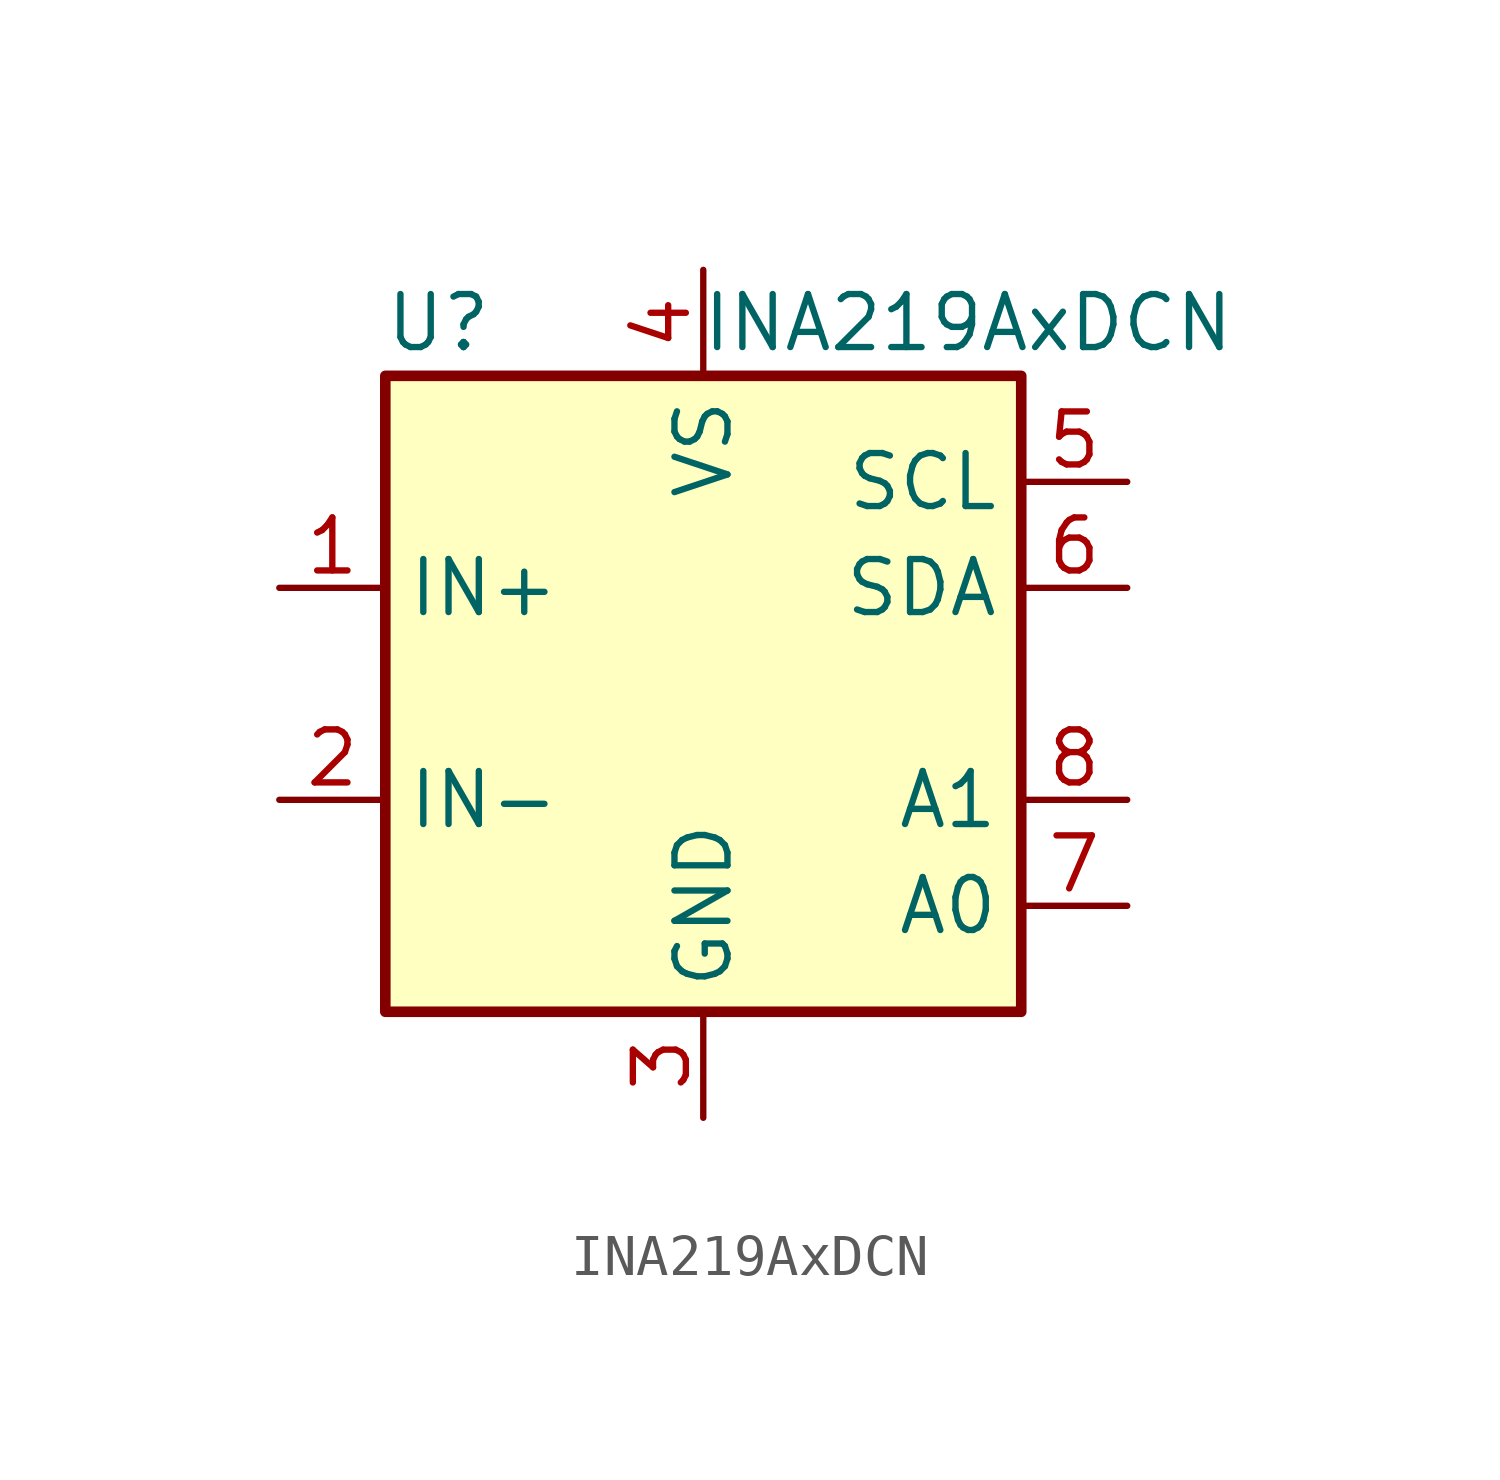
<source format=kicad_sym>
(kicad_symbol_lib
  (version 20220914)
  (generator kicad_symbol_editor)
  (symbol "INA219AxDCN"
    (property "Reference" "U"
      (at -6.35 8.89 0)
      (effects (font (size 1.27 1.27))))
    (property "Value" "INA219AxDCN"
      (at 6.35 8.89 0)
      (effects (font (size 1.27 1.27))))
    (symbol "INA219AxDCN_0_1"
      (rectangle (start -7.62 7.62) (end 7.62 -7.62) (stroke (width 0.254) (type default)) (fill (type background))))
    (symbol "INA219AxDCN_1_1"
      (pin input line (at -10.16 2.54 0) (length 2.54) (name "IN+" (effects (font (size 1.27 1.27)))) (number "1" (effects (font (size 1.27 1.27)))))
      (pin input line (at -10.16 -2.54 0) (length 2.54) (name "IN-" (effects (font (size 1.27 1.27)))) (number "2" (effects (font (size 1.27 1.27)))))
      (pin power_in line (at 0 -10.16 90) (length 2.54) (name "GND" (effects (font (size 1.27 1.27)))) (number "3" (effects (font (size 1.27 1.27)))))
      (pin power_in line (at 0 10.16 270) (length 2.54) (name "VS" (effects (font (size 1.27 1.27)))) (number "4" (effects (font (size 1.27 1.27)))))
      (pin input line (at 10.16 5.08 180) (length 2.54) (name "SCL" (effects (font (size 1.27 1.27)))) (number "5" (effects (font (size 1.27 1.27)))))
      (pin bidirectional line (at 10.16 2.54 180) (length 2.54) (name "SDA" (effects (font (size 1.27 1.27)))) (number "6" (effects (font (size 1.27 1.27)))))
      (pin input line (at 10.16 -5.08 180) (length 2.54) (name "A0" (effects (font (size 1.27 1.27)))) (number "7" (effects (font (size 1.27 1.27)))))
      (pin input line (at 10.16 -2.54 180) (length 2.54) (name "A1" (effects (font (size 1.27 1.27)))) (number "8" (effects (font (size 1.27 1.27))))))))
</source>
